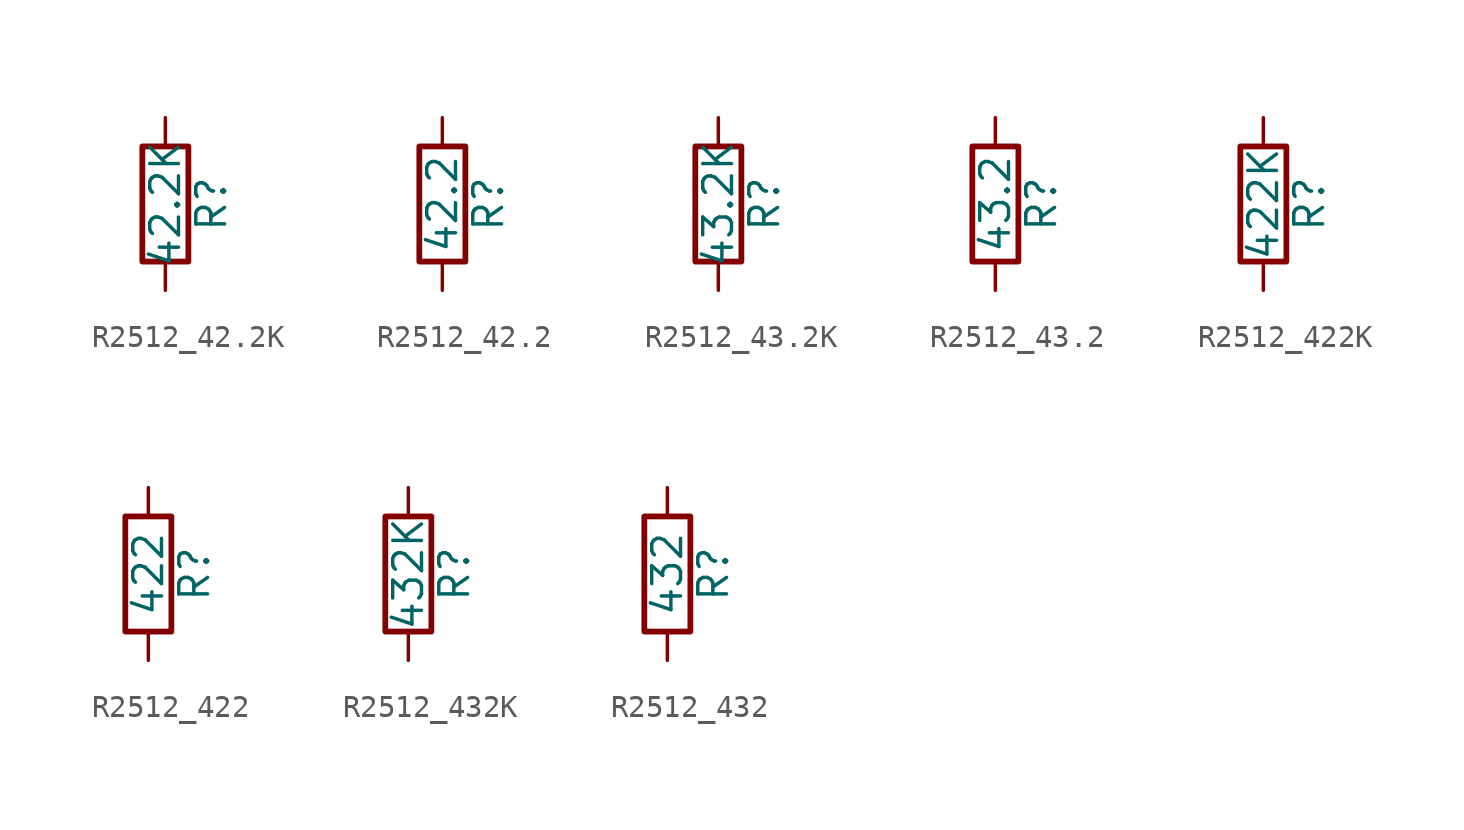
<source format=kicad_sym>
(kicad_symbol_lib
  (version 20211014)
  (generator atlantix-eda)
  (symbol "R2512_42.2K"
    (pin_numbers hide)
    (pin_names
      (offset 0))
    (property "Reference" "R"
      (at 2.032 0 90)
      (effects (font (size 1.27 1.27))))
    (property "Value" "42.2K"
      (at 0 0 90)
      (effects (font (size 1.27 1.27))))
    (symbol "R2512_42.2K_0_1"
      (rectangle (start -1.016 -2.54) (end 1.016 2.54) (stroke (width 0.254) (type default) (color 0 0 0 0)) (fill (type none))))
    (symbol "R2512_42.2K_1_1"
      (pin passive line (at 0 3.81 270) (length 1.27) (name "~" (effects (font (size 1.27 1.27)))) (number "1" (effects (font (size 1.27 1.27)))))
      (pin passive line (at 0 -3.81 90) (length 1.27) (name "~" (effects (font (size 1.27 1.27)))) (number "2" (effects (font (size 1.27 1.27)))))))
  (symbol "R2512_42.2"
    (pin_numbers hide)
    (pin_names
      (offset 0))
    (property "Reference" "R"
      (at 2.032 0 90)
      (effects (font (size 1.27 1.27))))
    (property "Value" "42.2"
      (at 0 0 90)
      (effects (font (size 1.27 1.27))))
    (symbol "R2512_42.2_0_1"
      (rectangle (start -1.016 -2.54) (end 1.016 2.54) (stroke (width 0.254) (type default) (color 0 0 0 0)) (fill (type none))))
    (symbol "R2512_42.2_1_1"
      (pin passive line (at 0 3.81 270) (length 1.27) (name "~" (effects (font (size 1.27 1.27)))) (number "1" (effects (font (size 1.27 1.27)))))
      (pin passive line (at 0 -3.81 90) (length 1.27) (name "~" (effects (font (size 1.27 1.27)))) (number "2" (effects (font (size 1.27 1.27)))))))
  (symbol "R2512_43.2K"
    (pin_numbers hide)
    (pin_names
      (offset 0))
    (property "Reference" "R"
      (at 2.032 0 90)
      (effects (font (size 1.27 1.27))))
    (property "Value" "43.2K"
      (at 0 0 90)
      (effects (font (size 1.27 1.27))))
    (symbol "R2512_43.2K_0_1"
      (rectangle (start -1.016 -2.54) (end 1.016 2.54) (stroke (width 0.254) (type default) (color 0 0 0 0)) (fill (type none))))
    (symbol "R2512_43.2K_1_1"
      (pin passive line (at 0 3.81 270) (length 1.27) (name "~" (effects (font (size 1.27 1.27)))) (number "1" (effects (font (size 1.27 1.27)))))
      (pin passive line (at 0 -3.81 90) (length 1.27) (name "~" (effects (font (size 1.27 1.27)))) (number "2" (effects (font (size 1.27 1.27)))))))
  (symbol "R2512_43.2"
    (pin_numbers hide)
    (pin_names
      (offset 0))
    (property "Reference" "R"
      (at 2.032 0 90)
      (effects (font (size 1.27 1.27))))
    (property "Value" "43.2"
      (at 0 0 90)
      (effects (font (size 1.27 1.27))))
    (symbol "R2512_43.2_0_1"
      (rectangle (start -1.016 -2.54) (end 1.016 2.54) (stroke (width 0.254) (type default) (color 0 0 0 0)) (fill (type none))))
    (symbol "R2512_43.2_1_1"
      (pin passive line (at 0 3.81 270) (length 1.27) (name "~" (effects (font (size 1.27 1.27)))) (number "1" (effects (font (size 1.27 1.27)))))
      (pin passive line (at 0 -3.81 90) (length 1.27) (name "~" (effects (font (size 1.27 1.27)))) (number "2" (effects (font (size 1.27 1.27)))))))
  (symbol "R2512_422K"
    (pin_numbers hide)
    (pin_names
      (offset 0))
    (property "Reference" "R"
      (at 2.032 0 90)
      (effects (font (size 1.27 1.27))))
    (property "Value" "422K"
      (at 0 0 90)
      (effects (font (size 1.27 1.27))))
    (symbol "R2512_422K_0_1"
      (rectangle (start -1.016 -2.54) (end 1.016 2.54) (stroke (width 0.254) (type default) (color 0 0 0 0)) (fill (type none))))
    (symbol "R2512_422K_1_1"
      (pin passive line (at 0 3.81 270) (length 1.27) (name "~" (effects (font (size 1.27 1.27)))) (number "1" (effects (font (size 1.27 1.27)))))
      (pin passive line (at 0 -3.81 90) (length 1.27) (name "~" (effects (font (size 1.27 1.27)))) (number "2" (effects (font (size 1.27 1.27)))))))
  (symbol "R2512_422"
    (pin_numbers hide)
    (pin_names
      (offset 0))
    (property "Reference" "R"
      (at 2.032 0 90)
      (effects (font (size 1.27 1.27))))
    (property "Value" "422"
      (at 0 0 90)
      (effects (font (size 1.27 1.27))))
    (symbol "R2512_422_0_1"
      (rectangle (start -1.016 -2.54) (end 1.016 2.54) (stroke (width 0.254) (type default) (color 0 0 0 0)) (fill (type none))))
    (symbol "R2512_422_1_1"
      (pin passive line (at 0 3.81 270) (length 1.27) (name "~" (effects (font (size 1.27 1.27)))) (number "1" (effects (font (size 1.27 1.27)))))
      (pin passive line (at 0 -3.81 90) (length 1.27) (name "~" (effects (font (size 1.27 1.27)))) (number "2" (effects (font (size 1.27 1.27)))))))
  (symbol "R2512_432K"
    (pin_numbers hide)
    (pin_names
      (offset 0))
    (property "Reference" "R"
      (at 2.032 0 90)
      (effects (font (size 1.27 1.27))))
    (property "Value" "432K"
      (at 0 0 90)
      (effects (font (size 1.27 1.27))))
    (symbol "R2512_432K_0_1"
      (rectangle (start -1.016 -2.54) (end 1.016 2.54) (stroke (width 0.254) (type default) (color 0 0 0 0)) (fill (type none))))
    (symbol "R2512_432K_1_1"
      (pin passive line (at 0 3.81 270) (length 1.27) (name "~" (effects (font (size 1.27 1.27)))) (number "1" (effects (font (size 1.27 1.27)))))
      (pin passive line (at 0 -3.81 90) (length 1.27) (name "~" (effects (font (size 1.27 1.27)))) (number "2" (effects (font (size 1.27 1.27)))))))
  (symbol "R2512_432"
    (pin_numbers hide)
    (pin_names
      (offset 0))
    (property "Reference" "R"
      (at 2.032 0 90)
      (effects (font (size 1.27 1.27))))
    (property "Value" "432"
      (at 0 0 90)
      (effects (font (size 1.27 1.27))))
    (symbol "R2512_432_0_1"
      (rectangle (start -1.016 -2.54) (end 1.016 2.54) (stroke (width 0.254) (type default) (color 0 0 0 0)) (fill (type none))))
    (symbol "R2512_432_1_1"
      (pin passive line (at 0 3.81 270) (length 1.27) (name "~" (effects (font (size 1.27 1.27)))) (number "1" (effects (font (size 1.27 1.27)))))
      (pin passive line (at 0 -3.81 90) (length 1.27) (name "~" (effects (font (size 1.27 1.27)))) (number "2" (effects (font (size 1.27 1.27))))))))
</source>
